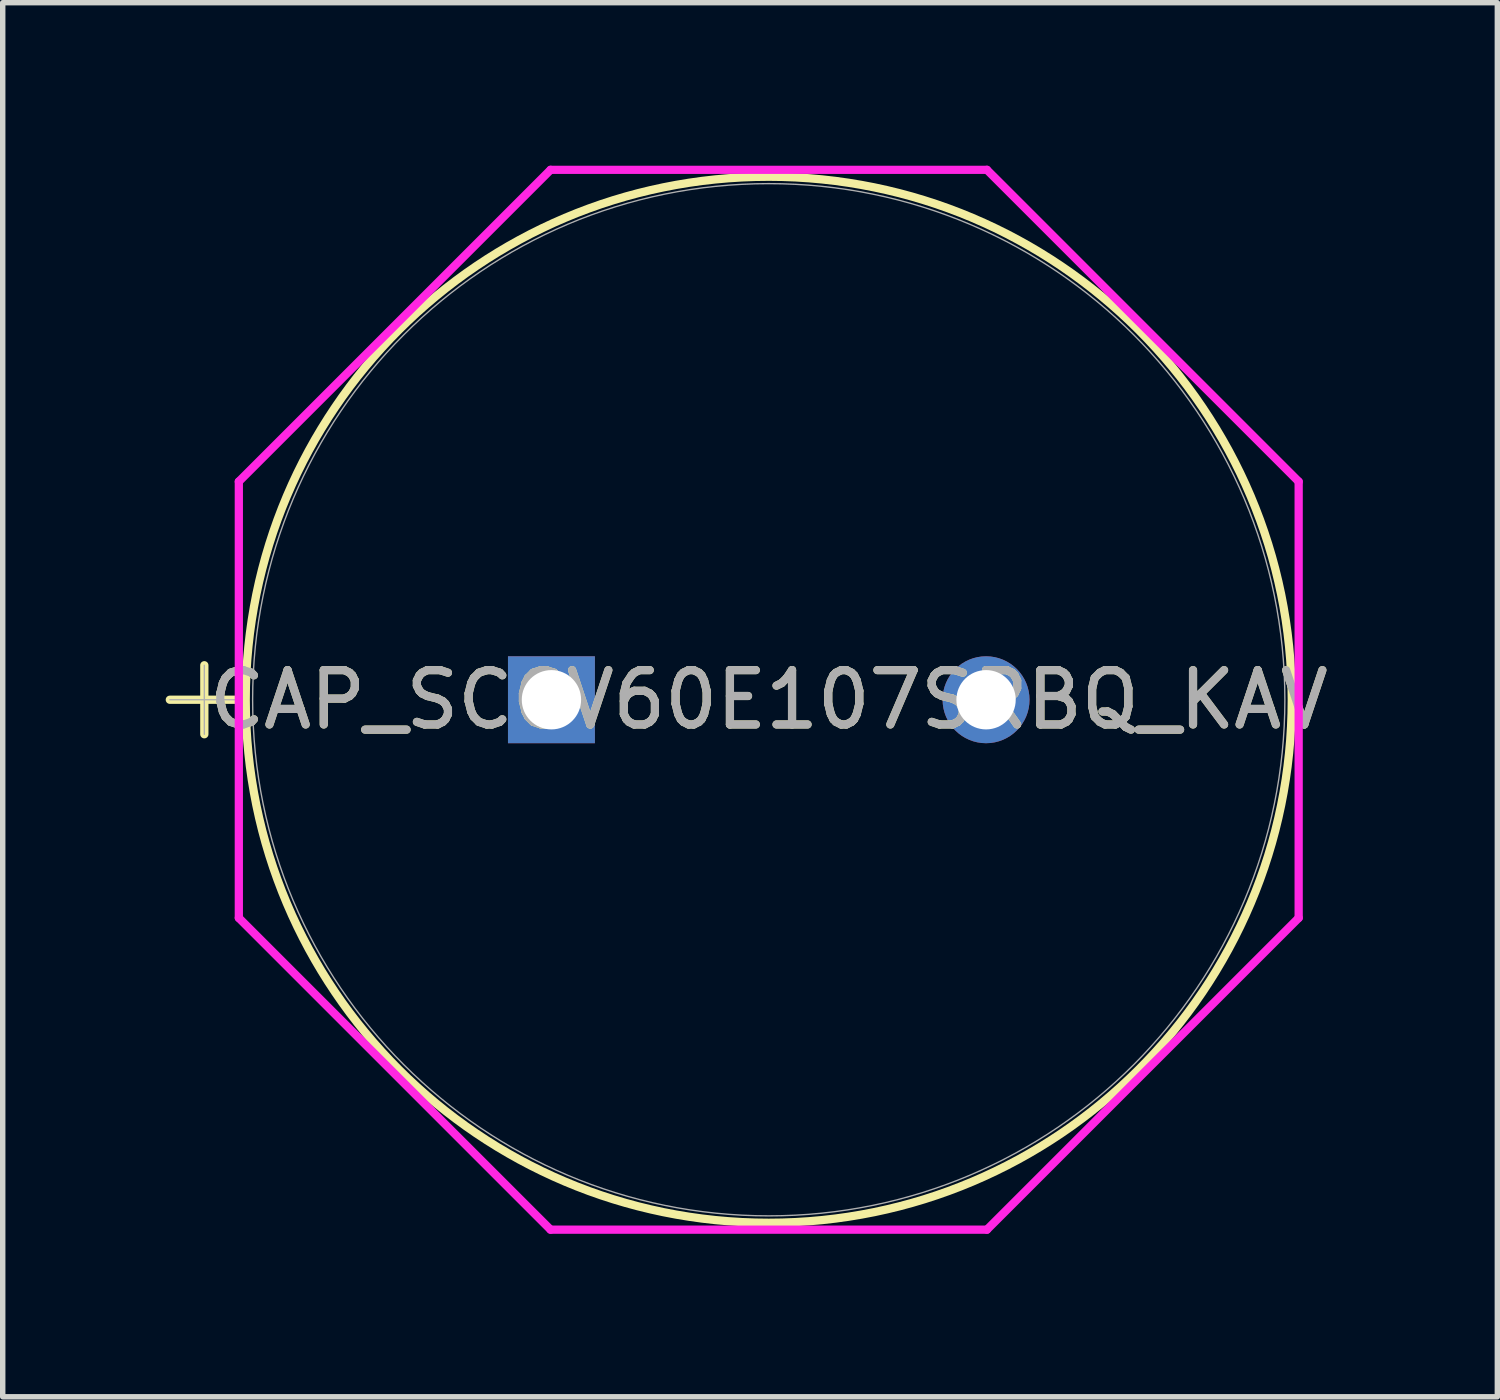
<source format=kicad_pcb>
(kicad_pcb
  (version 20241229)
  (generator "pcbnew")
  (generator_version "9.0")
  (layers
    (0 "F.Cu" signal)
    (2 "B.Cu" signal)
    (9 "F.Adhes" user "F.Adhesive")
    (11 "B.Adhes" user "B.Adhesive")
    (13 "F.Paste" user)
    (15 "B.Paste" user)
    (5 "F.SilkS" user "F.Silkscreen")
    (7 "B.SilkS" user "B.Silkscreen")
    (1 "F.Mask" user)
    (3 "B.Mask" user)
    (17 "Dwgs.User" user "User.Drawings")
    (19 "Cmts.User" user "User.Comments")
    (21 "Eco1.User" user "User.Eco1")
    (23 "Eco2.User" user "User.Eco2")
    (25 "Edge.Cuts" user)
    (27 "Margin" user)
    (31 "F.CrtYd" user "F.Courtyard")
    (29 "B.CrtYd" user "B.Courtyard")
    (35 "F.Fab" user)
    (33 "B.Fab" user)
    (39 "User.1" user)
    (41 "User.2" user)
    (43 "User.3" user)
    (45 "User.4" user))
  (footprint "CAP_SCCV60E107SRBQ_KAV"
    (layer "F.Cu")
    (at 7.1 9.83)
    (property "Reference" "CAP_SCCV60E107SRBQ_KAV" (at 4 0 0) (unlocked yes) (layer "F.SilkS") (effects (font (size 1 1) (thickness 0.15))))
    (attr through_hole)
    (fp_line (start -7.024 0) (end -5.754 0) (stroke (width 0.152) (type solid)) (layer "F.SilkS"))
    (fp_line (start -6.389 -0.635) (end -6.389 0.635) (stroke (width 0.152) (type solid)) (layer "F.SilkS"))
    (fp_circle (center 4 0) (end 13.627 0) (stroke (width 0.152) (type solid)) (fill no) (layer "F.SilkS"))
    (fp_line (start -5.754 -4.016) (end -0.016 -9.754) (stroke (width 0.152) (type solid)) (layer "F.CrtYd"))
    (fp_line (start -5.754 4.016) (end -5.754 -4.016) (stroke (width 0.152) (type solid)) (layer "F.CrtYd"))
    (fp_line (start -0.016 -9.754) (end 8.016 -9.754) (stroke (width 0.152) (type solid)) (layer "F.CrtYd"))
    (fp_line (start -0.016 9.754) (end -5.754 4.016) (stroke (width 0.152) (type solid)) (layer "F.CrtYd"))
    (fp_line (start 8.016 -9.754) (end 13.754 -4.016) (stroke (width 0.152) (type solid)) (layer "F.CrtYd"))
    (fp_line (start 8.016 9.754) (end -0.016 9.754) (stroke (width 0.152) (type solid)) (layer "F.CrtYd"))
    (fp_line (start 13.754 -4.016) (end 13.754 4.016) (stroke (width 0.152) (type solid)) (layer "F.CrtYd"))
    (fp_line (start 13.754 4.016) (end 8.016 9.754) (stroke (width 0.152) (type solid)) (layer "F.CrtYd"))
    (fp_line (start -7.024 0) (end -5.754 0) (stroke (width 0.025) (type solid)) (layer "F.Fab"))
    (fp_line (start -6.389 -0.635) (end -6.389 0.635) (stroke (width 0.025) (type solid)) (layer "F.Fab"))
    (fp_circle (center 4 0) (end 13.5 0) (stroke (width 0.025) (type solid)) (fill no) (layer "F.Fab"))
    (fp_text user "${REFERENCE}" (at 4 0 0) (unlocked yes) (layer "F.Fab") (effects (font (size 1 1) (thickness 0.15))))
    (pad "1" thru_hole rect (at 0 0) (size 1.6 1.6) (drill 1.092) (layers "*.Cu" "*.Mask"))
    (pad "2" thru_hole circle (at 8 0) (size 1.6 1.6) (drill 1.092) (layers "*.Cu" "*.Mask")))
  (gr_rect
    (start -3 -3)
    (end 24.511 22.66)
    (stroke (width 0.1) (type default))
    (fill no)
    (layer "Edge.Cuts")))
</source>
